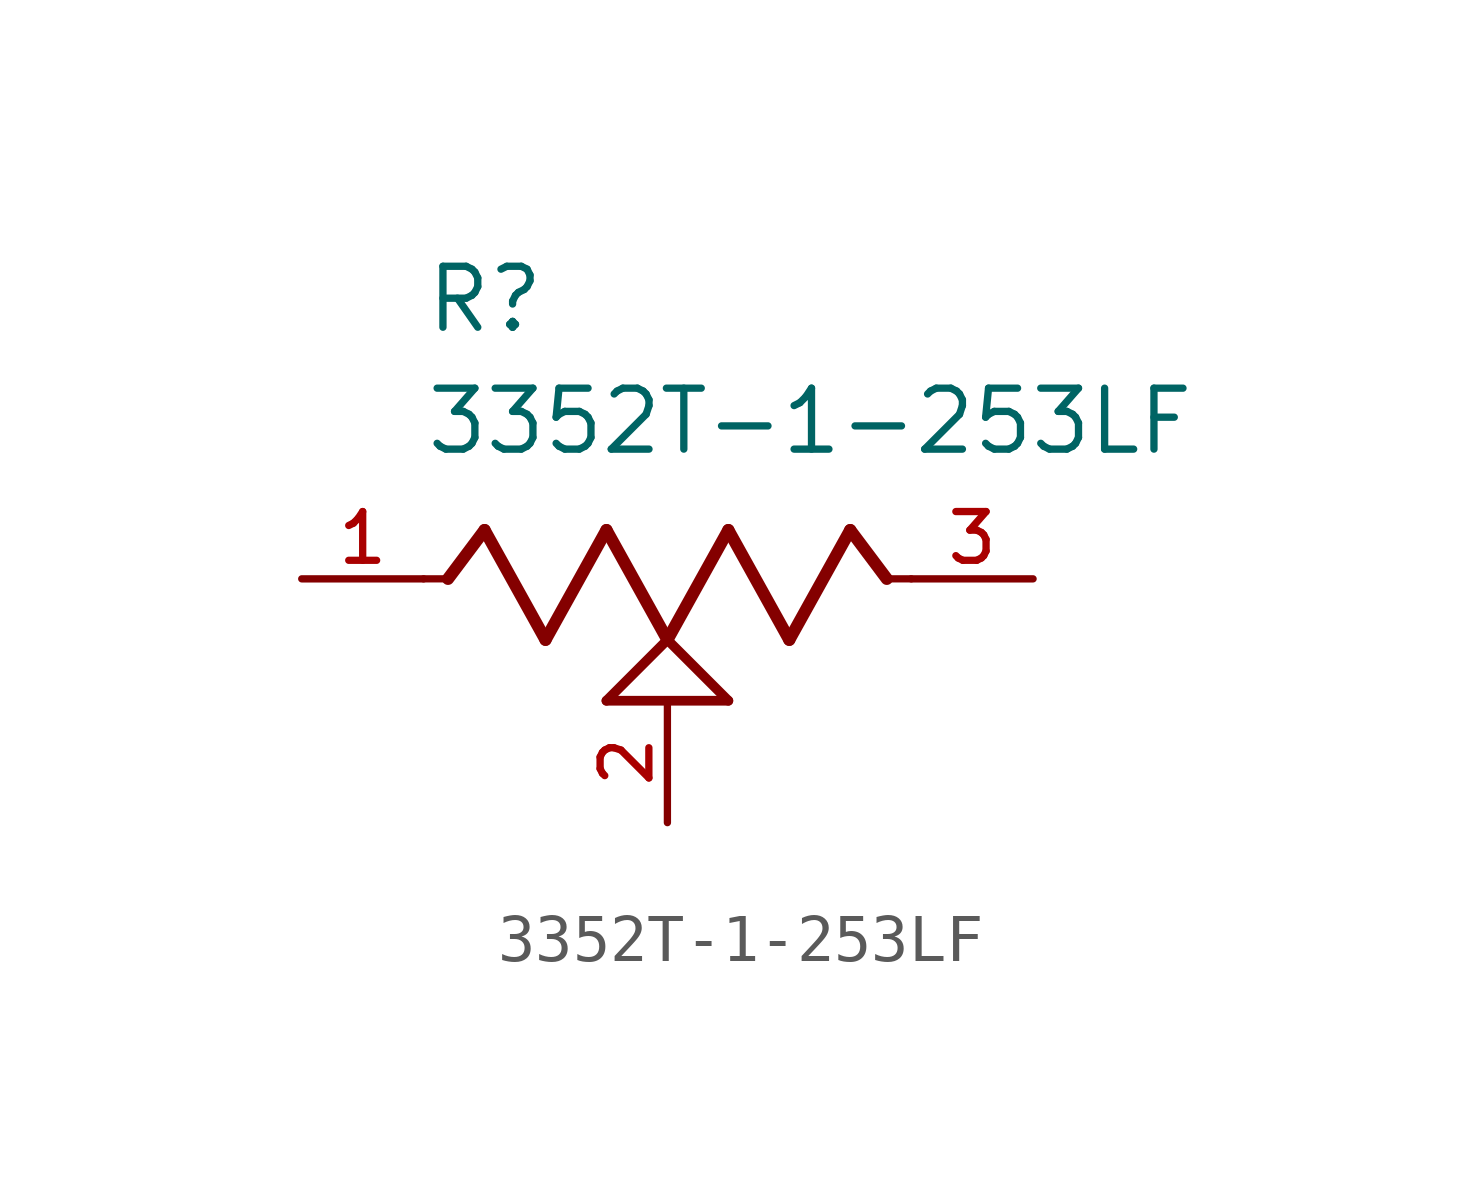
<source format=kicad_sym>
(kicad_symbol_lib
  (version 20211014)
  (generator kicad_symbol_editor)
  (symbol "3352T-1-253LF"
    (pin_names
      (offset 1.016))
    (property "Reference" "R"
      (at -5.08 5.08 0)
      (effects (font (size 1.27 1.27)) (justify bottom left)))
    (property "Value" "3352T-1-253LF"
      (at -5.08 2.54 0)
      (effects (font (size 1.27 1.27)) (justify bottom left)))
    (symbol "3352T-1-253LF_0_0"
      (polyline (pts (xy -5.08 0.0) (xy -4.572 0.0)) (stroke (width 0.152)))
      (polyline (pts (xy -4.572 0.0) (xy -3.81 1.016)) (stroke (width 0.254)))
      (polyline (pts (xy -3.81 1.016) (xy -2.54 -1.27)) (stroke (width 0.254)))
      (polyline (pts (xy -2.54 -1.27) (xy -1.27 1.016)) (stroke (width 0.254)))
      (polyline (pts (xy -1.27 1.016) (xy 0.0 -1.27)) (stroke (width 0.254)))
      (polyline (pts (xy 0.0 -1.27) (xy 1.27 1.016)) (stroke (width 0.254)))
      (polyline (pts (xy 1.27 1.016) (xy 2.54 -1.27)) (stroke (width 0.254)))
      (polyline (pts (xy 2.54 -1.27) (xy 3.81 1.016)) (stroke (width 0.254)))
      (polyline (pts (xy 3.81 1.016) (xy 4.572 0.0)) (stroke (width 0.254)))
      (polyline (pts (xy 4.572 0.0) (xy 5.08 0.0)) (stroke (width 0.152)))
      (polyline (pts (xy 0.0 -1.27) (xy 1.27 -2.54)) (stroke (width 0.203)))
      (polyline (pts (xy -1.27 -2.54) (xy 0.0 -1.27)) (stroke (width 0.203)))
      (polyline (pts (xy 1.27 -2.54) (xy -1.27 -2.54)) (stroke (width 0.203)))
      (pin passive line (at -7.62 0.0 0) (length 2.54) (name "~" (effects (font (size 1.016 1.016)))) (number "1" (effects (font (size 1.016 1.016)))))
      (pin passive line (at 7.62 0.0 180.0) (length 2.54) (name "~" (effects (font (size 1.016 1.016)))) (number "3" (effects (font (size 1.016 1.016)))))
      (pin passive line (at 0.0 -5.08 90.0) (length 2.54) (name "~" (effects (font (size 1.016 1.016)))) (number "2" (effects (font (size 1.016 1.016))))))))
</source>
